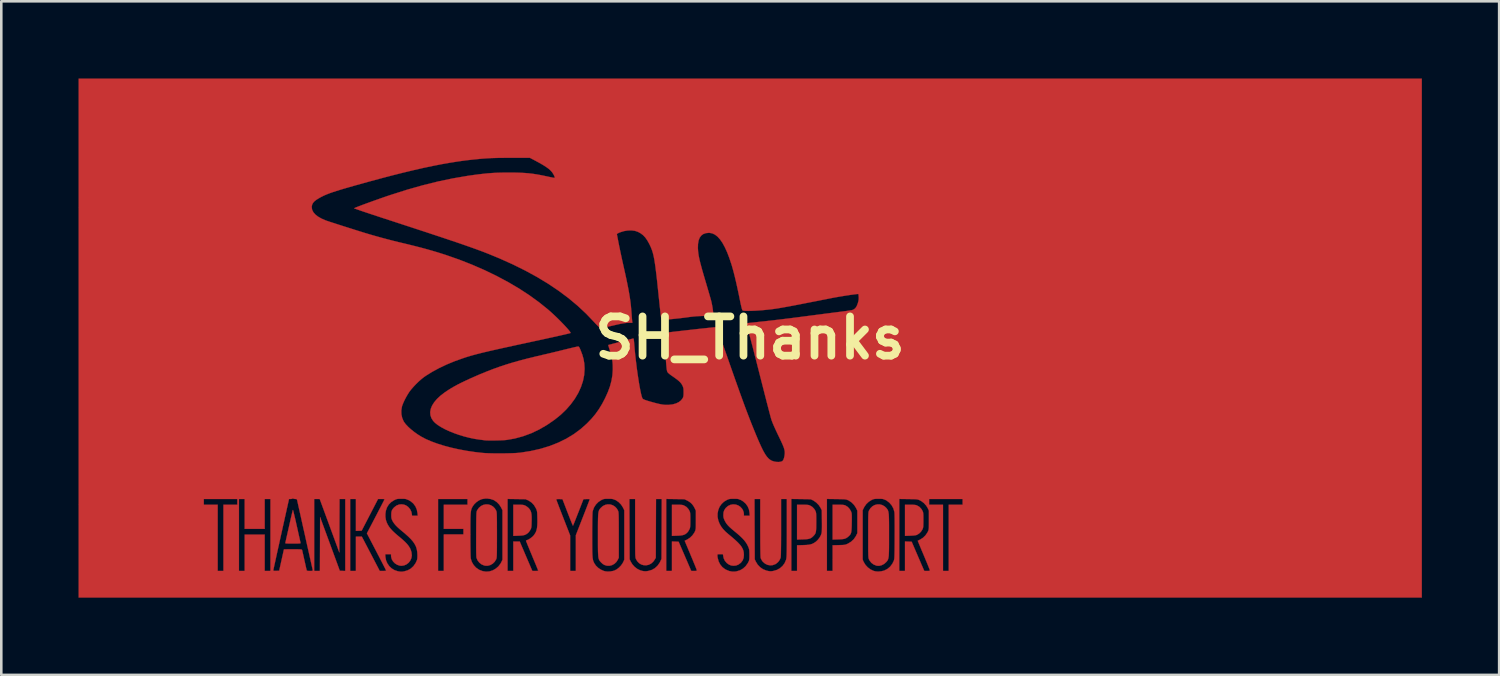
<source format=kicad_pcb>
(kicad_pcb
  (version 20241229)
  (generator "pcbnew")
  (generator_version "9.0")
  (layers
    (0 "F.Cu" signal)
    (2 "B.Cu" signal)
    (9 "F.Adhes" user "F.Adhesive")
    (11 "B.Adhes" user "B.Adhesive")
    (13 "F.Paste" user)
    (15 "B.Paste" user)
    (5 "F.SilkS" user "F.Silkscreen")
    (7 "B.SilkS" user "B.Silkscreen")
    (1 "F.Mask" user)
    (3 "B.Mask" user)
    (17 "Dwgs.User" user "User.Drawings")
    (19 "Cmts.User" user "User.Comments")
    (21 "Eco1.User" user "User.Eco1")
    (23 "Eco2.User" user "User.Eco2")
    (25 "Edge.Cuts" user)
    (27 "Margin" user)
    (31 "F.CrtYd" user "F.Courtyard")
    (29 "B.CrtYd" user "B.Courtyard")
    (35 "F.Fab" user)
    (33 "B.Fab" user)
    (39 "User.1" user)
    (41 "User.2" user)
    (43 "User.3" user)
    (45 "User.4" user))
  (footprint "SH_Thanks"
    (layer "F.Cu")
    (at 26.072 10.07)
    (property "Reference" "SH_Thanks" (at 0 0 0) (layer "F.SilkS") (effects (font (size 1.524 1.524) (thickness 0.3))))
    (attr through_hole)
    (fp_poly (pts (xy 6.219 6.477) (xy 6.312 6.478) (xy 6.379 6.482) (xy 6.429 6.489) (xy 6.467 6.499) (xy 6.485 6.507) (xy 6.582 6.565) (xy 6.655 6.644) (xy 6.69 6.703) (xy 6.705 6.733) (xy 6.715 6.762) (xy 6.723 6.793) (xy 6.727 6.834) (xy 6.73 6.889) (xy 6.731 6.964) (xy 6.731 7.065) (xy 6.731 7.071) (xy 6.731 7.175) (xy 6.729 7.252) (xy 6.727 7.309) (xy 6.722 7.352) (xy 6.715 7.385) (xy 6.704 7.414) (xy 6.694 7.438) (xy 6.639 7.523) (xy 6.564 7.597) (xy 6.478 7.649) (xy 6.426 7.663) (xy 6.344 7.673) (xy 6.231 7.68) (xy 6.219 7.68) (xy 6.017 7.687) (xy 6.017 6.477) (xy 6.219 6.477)) (stroke (width 0.01) (type solid)) (fill yes) (layer "F.Cu"))
    (fp_poly (pts (xy -8.997 6.477) (xy -8.911 6.478) (xy -8.849 6.481) (xy -8.803 6.487) (xy -8.764 6.497) (xy -8.726 6.513) (xy -8.722 6.515) (xy -8.663 6.551) (xy -8.604 6.599) (xy -8.583 6.621) (xy -8.545 6.671) (xy -8.517 6.723) (xy -8.497 6.783) (xy -8.485 6.856) (xy -8.479 6.947) (xy -8.479 7.063) (xy -8.48 7.118) (xy -8.482 7.214) (xy -8.485 7.284) (xy -8.489 7.336) (xy -8.496 7.374) (xy -8.505 7.404) (xy -8.519 7.434) (xy -8.533 7.459) (xy -8.567 7.512) (xy -8.605 7.559) (xy -8.628 7.58) (xy -8.68 7.617) (xy -8.728 7.643) (xy -8.78 7.66) (xy -8.843 7.671) (xy -8.925 7.677) (xy -8.989 7.68) (xy -9.192 7.688) (xy -9.192 6.477) (xy -8.997 6.477)) (stroke (width 0.01) (type solid)) (fill yes) (layer "F.Cu"))
    (fp_poly (pts (xy -2.83 6.477) (xy -2.737 6.478) (xy -2.669 6.482) (xy -2.62 6.489) (xy -2.582 6.499) (xy -2.564 6.507) (xy -2.467 6.565) (xy -2.394 6.644) (xy -2.359 6.703) (xy -2.344 6.733) (xy -2.333 6.762) (xy -2.326 6.793) (xy -2.322 6.834) (xy -2.319 6.889) (xy -2.318 6.964) (xy -2.318 7.065) (xy -2.318 7.071) (xy -2.318 7.175) (xy -2.319 7.252) (xy -2.322 7.309) (xy -2.327 7.351) (xy -2.334 7.384) (xy -2.344 7.413) (xy -2.356 7.437) (xy -2.388 7.494) (xy -2.428 7.548) (xy -2.447 7.568) (xy -2.495 7.608) (xy -2.545 7.637) (xy -2.605 7.657) (xy -2.68 7.67) (xy -2.777 7.678) (xy -2.83 7.68) (xy -3.032 7.687) (xy -3.032 6.477) (xy -2.83 6.477)) (stroke (width 0.01) (type solid)) (fill yes) (layer "F.Cu"))
    (fp_poly (pts (xy 3.425 6.477) (xy 3.52 6.478) (xy 3.59 6.481) (xy 3.641 6.487) (xy 3.68 6.496) (xy 3.707 6.507) (xy 3.795 6.563) (xy 3.869 6.644) (xy 3.917 6.727) (xy 3.929 6.755) (xy 3.938 6.781) (xy 3.945 6.809) (xy 3.949 6.846) (xy 3.951 6.895) (xy 3.952 6.961) (xy 3.952 7.05) (xy 3.95 7.165) (xy 3.95 7.171) (xy 3.948 7.301) (xy 3.944 7.403) (xy 3.938 7.483) (xy 3.929 7.545) (xy 3.915 7.592) (xy 3.895 7.631) (xy 3.868 7.665) (xy 3.833 7.699) (xy 3.816 7.715) (xy 3.769 7.752) (xy 3.724 7.78) (xy 3.673 7.799) (xy 3.61 7.811) (xy 3.528 7.819) (xy 3.425 7.823) (xy 3.207 7.83) (xy 3.207 6.477) (xy 3.425 6.477)) (stroke (width 0.01) (type solid)) (fill yes) (layer "F.Cu"))
    (fp_poly (pts (xy 2.044 6.477) (xy 2.139 6.478) (xy 2.209 6.481) (xy 2.26 6.487) (xy 2.298 6.496) (xy 2.326 6.507) (xy 2.422 6.565) (xy 2.496 6.644) (xy 2.531 6.703) (xy 2.544 6.73) (xy 2.554 6.755) (xy 2.561 6.783) (xy 2.566 6.818) (xy 2.569 6.865) (xy 2.571 6.93) (xy 2.572 7.015) (xy 2.572 7.127) (xy 2.572 7.147) (xy 2.571 7.277) (xy 2.57 7.379) (xy 2.565 7.458) (xy 2.558 7.519) (xy 2.547 7.567) (xy 2.53 7.605) (xy 2.508 7.639) (xy 2.479 7.673) (xy 2.464 7.689) (xy 2.416 7.735) (xy 2.37 7.769) (xy 2.32 7.792) (xy 2.258 7.808) (xy 2.18 7.817) (xy 2.077 7.822) (xy 2.052 7.823) (xy 1.826 7.83) (xy 1.826 6.477) (xy 2.044 6.477)) (stroke (width 0.01) (type solid)) (fill yes) (layer "F.Cu"))
    (fp_poly (pts (xy -17.744 6.692) (xy -17.732 6.732) (xy -17.716 6.797) (xy -17.695 6.883) (xy -17.67 6.988) (xy -17.642 7.108) (xy -17.613 7.24) (xy -17.6 7.299) (xy -17.569 7.436) (xy -17.541 7.565) (xy -17.515 7.681) (xy -17.492 7.782) (xy -17.474 7.863) (xy -17.461 7.921) (xy -17.454 7.953) (xy -17.453 7.957) (xy -17.452 7.967) (xy -17.459 7.974) (xy -17.477 7.979) (xy -17.511 7.982) (xy -17.564 7.984) (xy -17.642 7.985) (xy -17.746 7.985) (xy -17.748 7.985) (xy -17.854 7.985) (xy -17.931 7.984) (xy -17.985 7.982) (xy -18.019 7.979) (xy -18.038 7.974) (xy -18.044 7.967) (xy -18.044 7.958) (xy -18.044 7.957) (xy -18.038 7.936) (xy -18.027 7.887) (xy -18.011 7.815) (xy -17.99 7.721) (xy -17.965 7.611) (xy -17.937 7.487) (xy -17.907 7.353) (xy -17.898 7.31) (xy -17.867 7.175) (xy -17.839 7.049) (xy -17.813 6.936) (xy -17.79 6.839) (xy -17.772 6.763) (xy -17.758 6.709) (xy -17.751 6.682) (xy -17.749 6.68) (xy -17.744 6.692)) (stroke (width 0.01) (type solid)) (fill yes) (layer "F.Cu"))
    (fp_poly (pts (xy -5.427 6.467) (xy -5.331 6.497) (xy -5.245 6.551) (xy -5.171 6.629) (xy -5.126 6.707) (xy -5.119 6.723) (xy -5.114 6.741) (xy -5.11 6.765) (xy -5.106 6.797) (xy -5.103 6.841) (xy -5.101 6.897) (xy -5.099 6.97) (xy -5.098 7.062) (xy -5.097 7.175) (xy -5.097 7.312) (xy -5.096 7.476) (xy -5.096 7.652) (xy -5.096 8.533) (xy -5.133 8.612) (xy -5.191 8.702) (xy -5.267 8.773) (xy -5.358 8.823) (xy -5.456 8.848) (xy -5.556 8.845) (xy -5.577 8.841) (xy -5.653 8.816) (xy -5.718 8.778) (xy -5.781 8.72) (xy -5.79 8.71) (xy -5.814 8.684) (xy -5.835 8.658) (xy -5.852 8.632) (xy -5.866 8.601) (xy -5.878 8.564) (xy -5.887 8.518) (xy -5.893 8.459) (xy -5.898 8.385) (xy -5.902 8.294) (xy -5.904 8.183) (xy -5.905 8.049) (xy -5.905 7.889) (xy -5.905 7.7) (xy -5.905 7.652) (xy -5.905 7.457) (xy -5.905 7.292) (xy -5.904 7.153) (xy -5.902 7.038) (xy -5.899 6.943) (xy -5.895 6.866) (xy -5.889 6.805) (xy -5.881 6.757) (xy -5.871 6.718) (xy -5.858 6.686) (xy -5.842 6.659) (xy -5.824 6.634) (xy -5.802 6.608) (xy -5.8 6.605) (xy -5.717 6.531) (xy -5.625 6.484) (xy -5.526 6.463) (xy -5.427 6.467)) (stroke (width 0.01) (type solid)) (fill yes) (layer "F.Cu"))
    (fp_poly (pts (xy -10.161 6.467) (xy -10.067 6.495) (xy -9.98 6.547) (xy -9.907 6.622) (xy -9.856 6.707) (xy -9.85 6.723) (xy -9.845 6.741) (xy -9.84 6.765) (xy -9.837 6.797) (xy -9.834 6.84) (xy -9.832 6.897) (xy -9.83 6.97) (xy -9.829 7.061) (xy -9.828 7.174) (xy -9.828 7.311) (xy -9.827 7.475) (xy -9.827 7.652) (xy -9.827 7.842) (xy -9.828 8.004) (xy -9.828 8.139) (xy -9.829 8.25) (xy -9.83 8.34) (xy -9.832 8.411) (xy -9.834 8.467) (xy -9.837 8.509) (xy -9.841 8.541) (xy -9.845 8.564) (xy -9.85 8.582) (xy -9.856 8.596) (xy -9.915 8.692) (xy -9.992 8.767) (xy -10.083 8.819) (xy -10.181 8.846) (xy -10.284 8.845) (xy -10.322 8.836) (xy -10.425 8.793) (xy -10.512 8.724) (xy -10.58 8.636) (xy -10.621 8.538) (xy -10.625 8.506) (xy -10.628 8.444) (xy -10.631 8.351) (xy -10.633 8.23) (xy -10.634 8.081) (xy -10.634 7.905) (xy -10.633 7.703) (xy -10.633 7.616) (xy -10.632 7.429) (xy -10.631 7.271) (xy -10.63 7.139) (xy -10.629 7.031) (xy -10.627 6.944) (xy -10.625 6.875) (xy -10.623 6.822) (xy -10.619 6.782) (xy -10.616 6.753) (xy -10.611 6.731) (xy -10.605 6.714) (xy -10.598 6.699) (xy -10.594 6.691) (xy -10.528 6.598) (xy -10.447 6.529) (xy -10.356 6.484) (xy -10.259 6.464) (xy -10.161 6.467)) (stroke (width 0.01) (type solid)) (fill yes) (layer "F.Cu"))
    (fp_poly (pts (xy 5.038 6.465) (xy 5.136 6.491) (xy 5.227 6.543) (xy 5.292 6.605) (xy 5.314 6.632) (xy 5.333 6.657) (xy 5.349 6.684) (xy 5.362 6.715) (xy 5.372 6.753) (xy 5.38 6.8) (xy 5.387 6.86) (xy 5.391 6.935) (xy 5.394 7.028) (xy 5.396 7.142) (xy 5.397 7.279) (xy 5.397 7.441) (xy 5.397 7.633) (xy 5.397 7.652) (xy 5.397 7.847) (xy 5.397 8.014) (xy 5.396 8.154) (xy 5.394 8.27) (xy 5.391 8.366) (xy 5.387 8.443) (xy 5.38 8.505) (xy 5.372 8.554) (xy 5.361 8.593) (xy 5.347 8.625) (xy 5.331 8.653) (xy 5.311 8.678) (xy 5.288 8.704) (xy 5.281 8.711) (xy 5.202 8.779) (xy 5.112 8.826) (xy 5.017 8.85) (xy 4.926 8.847) (xy 4.913 8.844) (xy 4.804 8.801) (xy 4.712 8.734) (xy 4.642 8.645) (xy 4.621 8.604) (xy 4.614 8.588) (xy 4.608 8.57) (xy 4.603 8.549) (xy 4.599 8.521) (xy 4.596 8.484) (xy 4.593 8.435) (xy 4.592 8.371) (xy 4.59 8.291) (xy 4.589 8.19) (xy 4.589 8.067) (xy 4.589 7.919) (xy 4.589 7.743) (xy 4.589 7.652) (xy 4.589 7.461) (xy 4.589 7.3) (xy 4.589 7.165) (xy 4.59 7.053) (xy 4.591 6.963) (xy 4.593 6.892) (xy 4.595 6.837) (xy 4.598 6.794) (xy 4.602 6.763) (xy 4.606 6.739) (xy 4.612 6.721) (xy 4.618 6.707) (xy 4.677 6.611) (xy 4.753 6.539) (xy 4.842 6.489) (xy 4.938 6.465) (xy 5.038 6.465)) (stroke (width 0.01) (type solid)) (fill yes) (layer "F.Cu"))
    (fp_poly (pts (xy -6.656 0.338) (xy -6.638 0.355) (xy -6.617 0.39) (xy -6.59 0.449) (xy -6.584 0.464) (xy -6.513 0.649) (xy -6.464 0.822) (xy -6.435 0.994) (xy -6.424 1.174) (xy -6.424 1.214) (xy -6.44 1.445) (xy -6.487 1.676) (xy -6.564 1.907) (xy -6.668 2.135) (xy -6.8 2.358) (xy -6.958 2.575) (xy -7.14 2.783) (xy -7.347 2.982) (xy -7.576 3.167) (xy -7.578 3.169) (xy -7.881 3.378) (xy -8.187 3.556) (xy -8.498 3.703) (xy -8.814 3.819) (xy -9.137 3.907) (xy -9.446 3.961) (xy -9.506 3.967) (xy -9.59 3.973) (xy -9.69 3.977) (xy -9.801 3.98) (xy -9.914 3.982) (xy -10.026 3.983) (xy -10.128 3.982) (xy -10.214 3.981) (xy -10.279 3.977) (xy -10.303 3.975) (xy -10.336 3.97) (xy -10.391 3.963) (xy -10.458 3.955) (xy -10.485 3.951) (xy -10.686 3.921) (xy -10.891 3.879) (xy -11.096 3.827) (xy -11.297 3.766) (xy -11.491 3.698) (xy -11.674 3.624) (xy -11.844 3.546) (xy -11.995 3.464) (xy -12.126 3.381) (xy -12.231 3.298) (xy -12.303 3.222) (xy -12.372 3.113) (xy -12.41 2.998) (xy -12.418 2.878) (xy -12.396 2.755) (xy -12.345 2.629) (xy -12.265 2.501) (xy -12.157 2.373) (xy -12.021 2.245) (xy -11.857 2.119) (xy -11.84 2.107) (xy -11.725 2.03) (xy -11.61 1.958) (xy -11.49 1.888) (xy -11.361 1.817) (xy -11.218 1.745) (xy -11.058 1.668) (xy -10.875 1.583) (xy -10.732 1.519) (xy -10.471 1.406) (xy -10.218 1.303) (xy -9.969 1.207) (xy -9.719 1.117) (xy -9.464 1.033) (xy -9.199 0.952) (xy -8.92 0.874) (xy -8.622 0.796) (xy -8.302 0.718) (xy -7.977 0.642) (xy -7.896 0.624) (xy -7.791 0.599) (xy -7.667 0.569) (xy -7.533 0.537) (xy -7.393 0.503) (xy -7.255 0.468) (xy -7.218 0.459) (xy -7.094 0.429) (xy -6.98 0.401) (xy -6.878 0.377) (xy -6.792 0.357) (xy -6.727 0.343) (xy -6.687 0.335) (xy -6.676 0.333) (xy -6.656 0.338)) (stroke (width 0.01) (type solid)) (fill yes) (layer "F.Cu"))
    (fp_poly (pts (xy 26.083 10.081) (xy -26.067 10.081) (xy -26.067 6.255) (xy -21.209 6.255) (xy -21.209 6.477) (xy -20.669 6.477) (xy -20.669 9.049) (xy -20.447 9.049) (xy -20.447 6.477) (xy -19.907 6.477) (xy -19.907 6.255) (xy -19.844 6.255) (xy -19.844 9.049) (xy -19.622 9.049) (xy -19.622 7.636) (xy -18.844 7.636) (xy -18.844 9.049) (xy -18.621 9.049) (xy -18.621 9.03) (xy -18.511 9.03) (xy -18.502 9.041) (xy -18.471 9.046) (xy -18.415 9.046) (xy -18.396 9.045) (xy -18.282 9.041) (xy -18.19 8.628) (xy -18.166 8.518) (xy -18.144 8.419) (xy -18.125 8.335) (xy -18.111 8.27) (xy -18.101 8.227) (xy -18.098 8.211) (xy -18.083 8.21) (xy -18.04 8.209) (xy -17.975 8.208) (xy -17.892 8.208) (xy -17.795 8.207) (xy -17.749 8.207) (xy -17.635 8.208) (xy -17.548 8.208) (xy -17.486 8.21) (xy -17.443 8.213) (xy -17.416 8.217) (xy -17.401 8.223) (xy -17.394 8.232) (xy -17.393 8.235) (xy -17.387 8.258) (xy -17.376 8.307) (xy -17.36 8.378) (xy -17.34 8.466) (xy -17.318 8.565) (xy -17.304 8.628) (xy -17.28 8.733) (xy -17.259 8.828) (xy -17.241 8.909) (xy -17.226 8.972) (xy -17.217 9.011) (xy -17.214 9.021) (xy -17.205 9.036) (xy -17.184 9.044) (xy -17.143 9.048) (xy -17.087 9.049) (xy -17.027 9.048) (xy -16.992 9.045) (xy -16.977 9.037) (xy -16.976 9.025) (xy -16.977 9.021) (xy -16.981 9.003) (xy -16.992 8.956) (xy -17.008 8.884) (xy -17.029 8.789) (xy -17.055 8.674) (xy -17.085 8.541) (xy -17.118 8.394) (xy -17.153 8.236) (xy -17.191 8.068) (xy -17.23 7.894) (xy -17.269 7.716) (xy -17.309 7.537) (xy -17.349 7.36) (xy -17.387 7.188) (xy -17.424 7.023) (xy -17.458 6.868) (xy -17.49 6.726) (xy -17.518 6.6) (xy -17.542 6.492) (xy -17.561 6.404) (xy -17.575 6.341) (xy -17.583 6.304) (xy -17.585 6.298) (xy -17.594 6.271) (xy -17.612 6.258) (xy -17.65 6.255) (xy -17.662 6.255) (xy -16.923 6.255) (xy -16.923 9.049) (xy -16.701 9.049) (xy -16.697 8.004) (xy -16.693 6.959) (xy -16.31 8) (xy -15.928 9.041) (xy -15.822 9.046) (xy -15.716 9.05) (xy -15.716 6.255) (xy -15.526 6.255) (xy -15.526 9.049) (xy -15.303 9.049) (xy -15.303 7.715) (xy -15.188 7.716) (xy -15.073 7.716) (xy -14.725 8.382) (xy -14.377 9.049) (xy -14.253 9.049) (xy -14.195 9.047) (xy -14.151 9.043) (xy -14.13 9.037) (xy -14.129 9.036) (xy -14.136 9.019) (xy -14.156 8.978) (xy -14.189 8.913) (xy -14.232 8.829) (xy -14.284 8.727) (xy -14.344 8.611) (xy -14.41 8.483) (xy -14.454 8.398) (xy -14.165 8.398) (xy -14.157 8.507) (xy -14.133 8.637) (xy -14.081 8.757) (xy -14.007 8.864) (xy -13.912 8.952) (xy -13.801 9.019) (xy -13.678 9.06) (xy -13.658 9.064) (xy -13.591 9.074) (xy -13.541 9.078) (xy -13.493 9.075) (xy -13.433 9.065) (xy -13.421 9.063) (xy -13.288 9.023) (xy -13.17 8.956) (xy -13.069 8.863) (xy -12.987 8.747) (xy -12.965 8.702) (xy -12.942 8.652) (xy -12.927 8.61) (xy -12.919 8.567) (xy -12.916 8.512) (xy -12.915 8.437) (xy -12.915 8.43) (xy -12.921 8.313) (xy -12.939 8.206) (xy -12.97 8.105) (xy -13.018 8.009) (xy -13.083 7.912) (xy -13.169 7.811) (xy -13.277 7.705) (xy -13.409 7.587) (xy -13.495 7.516) (xy -13.609 7.421) (xy -13.699 7.338) (xy -13.771 7.264) (xy -13.826 7.195) (xy -13.87 7.127) (xy -13.885 7.098) (xy -13.908 7.048) (xy -13.922 7.002) (xy -13.928 6.95) (xy -13.93 6.878) (xy -13.93 6.874) (xy -13.927 6.786) (xy -13.914 6.718) (xy -13.887 6.662) (xy -13.843 6.607) (xy -13.817 6.579) (xy -13.728 6.51) (xy -13.629 6.471) (xy -13.539 6.461) (xy -13.44 6.472) (xy -13.354 6.506) (xy -13.27 6.567) (xy -13.27 6.568) (xy -13.195 6.655) (xy -13.148 6.755) (xy -13.133 6.827) (xy -13.124 6.906) (xy -12.902 6.906) (xy -12.911 6.805) (xy -12.939 6.664) (xy -12.993 6.539) (xy -13.073 6.431) (xy -13.177 6.343) (xy -13.253 6.299) (xy -13.301 6.276) (xy -13.342 6.261) (xy -13.37 6.255) (xy -12.113 6.255) (xy -12.113 9.049) (xy -11.89 9.049) (xy -11.89 7.636) (xy -11.128 7.636) (xy -11.128 7.613) (xy -10.858 7.613) (xy -10.858 7.646) (xy -10.858 7.87) (xy -10.857 8.064) (xy -10.855 8.227) (xy -10.853 8.361) (xy -10.85 8.463) (xy -10.846 8.535) (xy -10.841 8.575) (xy -10.841 8.576) (xy -10.799 8.704) (xy -10.73 8.82) (xy -10.64 8.919) (xy -10.531 8.995) (xy -10.499 9.012) (xy -10.374 9.058) (xy -10.254 9.076) (xy -10.131 9.068) (xy -10.114 9.065) (xy -10.062 9.049) (xy -9.414 9.049) (xy -9.192 9.049) (xy -9.192 7.906) (xy -8.942 7.906) (xy -8.698 8.477) (xy -8.453 9.048) (xy -8.338 9.048) (xy -8.282 9.047) (xy -8.242 9.044) (xy -8.224 9.04) (xy -8.223 9.039) (xy -8.229 9.023) (xy -8.246 8.98) (xy -8.273 8.915) (xy -8.307 8.83) (xy -8.349 8.729) (xy -8.397 8.614) (xy -8.449 8.49) (xy -8.461 8.459) (xy -8.514 8.333) (xy -8.563 8.215) (xy -8.606 8.11) (xy -8.643 8.02) (xy -8.671 7.949) (xy -8.691 7.901) (xy -8.699 7.877) (xy -8.7 7.876) (xy -8.686 7.862) (xy -8.657 7.851) (xy -8.606 7.83) (xy -8.544 7.793) (xy -8.48 7.746) (xy -8.425 7.698) (xy -8.4 7.67) (xy -8.353 7.604) (xy -8.316 7.538) (xy -8.29 7.465) (xy -8.271 7.382) (xy -8.261 7.283) (xy -8.256 7.163) (xy -8.257 7.017) (xy -8.258 7.006) (xy -8.26 6.905) (xy -8.262 6.829) (xy -8.266 6.772) (xy -8.272 6.73) (xy -8.281 6.695) (xy -8.293 6.662) (xy -8.31 6.624) (xy -8.314 6.617) (xy -8.386 6.494) (xy -8.477 6.396) (xy -8.589 6.321) (xy -8.602 6.314) (xy -8.694 6.269) (xy -7.525 6.269) (xy -7.519 6.286) (xy -7.503 6.331) (xy -7.478 6.398) (xy -7.444 6.487) (xy -7.404 6.593) (xy -7.357 6.713) (xy -7.306 6.845) (xy -7.255 6.976) (xy -6.985 7.668) (xy -6.985 9.049) (xy -6.763 9.049) (xy -6.763 7.666) (xy -6.128 7.666) (xy -6.128 7.862) (xy -6.127 8.028) (xy -6.126 8.169) (xy -6.125 8.286) (xy -6.122 8.382) (xy -6.118 8.461) (xy -6.113 8.526) (xy -6.106 8.578) (xy -6.098 8.622) (xy -6.087 8.659) (xy -6.074 8.692) (xy -6.059 8.726) (xy -6.047 8.75) (xy -5.983 8.844) (xy -5.895 8.929) (xy -5.79 8.999) (xy -5.676 9.049) (xy -5.617 9.064) (xy -5.527 9.073) (xy -5.423 9.068) (xy -5.32 9.049) (xy -5.261 9.031) (xy -5.173 8.985) (xy -5.085 8.916) (xy -5.006 8.833) (xy -4.944 8.743) (xy -4.928 8.712) (xy -4.882 8.612) (xy -4.882 6.691) (xy -4.933 6.586) (xy -5.005 6.473) (xy -5.101 6.375) (xy -5.213 6.3) (xy -5.235 6.289) (xy -5.28 6.27) (xy -5.32 6.258) (xy -5.339 6.255) (xy -4.684 6.255) (xy -4.675 8.596) (xy -4.632 8.688) (xy -4.566 8.796) (xy -4.478 8.892) (xy -4.375 8.97) (xy -4.263 9.025) (xy -4.177 9.049) (xy -4.111 9.059) (xy -4.06 9.062) (xy -4.011 9.058) (xy -3.952 9.049) (xy -3.254 9.049) (xy -3.032 9.049) (xy -3.032 7.904) (xy -2.902 7.909) (xy -2.772 7.914) (xy -2.527 8.481) (xy -2.282 9.049) (xy -2.173 9.049) (xy -2.11 9.047) (xy -2.075 9.04) (xy -2.064 9.029) (xy -2.064 9.028) (xy -2.07 9.009) (xy -2.086 8.964) (xy -2.112 8.898) (xy -2.146 8.814) (xy -2.186 8.717) (xy -2.23 8.61) (xy -2.236 8.596) (xy -2.285 8.479) (xy -2.297 8.45) (xy -1.269 8.45) (xy -1.262 8.504) (xy -1.255 8.546) (xy -1.218 8.681) (xy -1.156 8.801) (xy -1.072 8.902) (xy -0.968 8.981) (xy -0.931 9.001) (xy -0.81 9.051) (xy -0.697 9.074) (xy -0.582 9.073) (xy -0.522 9.064) (xy -0.39 9.024) (xy -0.271 8.956) (xy -0.168 8.862) (xy -0.086 8.746) (xy -0.075 8.725) (xy -0.054 8.684) (xy -0.04 8.65) (xy -0.031 8.615) (xy -0.026 8.571) (xy -0.024 8.512) (xy -0.024 8.428) (xy -0.024 8.422) (xy -0.025 8.334) (xy -0.028 8.27) (xy -0.033 8.221) (xy -0.043 8.18) (xy -0.058 8.138) (xy -0.067 8.115) (xy -0.108 8.029) (xy -0.158 7.947) (xy -0.219 7.866) (xy -0.295 7.782) (xy -0.389 7.691) (xy -0.505 7.59) (xy -0.608 7.505) (xy -0.715 7.416) (xy -0.799 7.34) (xy -0.865 7.271) (xy -0.917 7.206) (xy -0.959 7.14) (xy -0.979 7.102) (xy -1.009 7.035) (xy -1.027 6.981) (xy -1.034 6.924) (xy -1.036 6.88) (xy -1.03 6.782) (xy -1.006 6.702) (xy -0.961 6.628) (xy -0.935 6.596) (xy -0.854 6.526) (xy -0.761 6.482) (xy -0.662 6.463) (xy -0.562 6.47) (xy -0.467 6.5) (xy -0.381 6.555) (xy -0.309 6.632) (xy -0.277 6.685) (xy -0.247 6.766) (xy -0.238 6.834) (xy -0.238 6.906) (xy -0.012 6.906) (xy -0.019 6.79) (xy -0.043 6.656) (xy -0.095 6.535) (xy -0.173 6.429) (xy -0.276 6.341) (xy -0.357 6.293) (xy -0.402 6.273) (xy -0.441 6.259) (xy -0.465 6.255) (xy 0.174 6.255) (xy 0.183 8.596) (xy 0.225 8.687) (xy 0.298 8.806) (xy 0.394 8.906) (xy 0.508 8.984) (xy 0.637 9.035) (xy 0.667 9.043) (xy 0.734 9.056) (xy 0.785 9.062) (xy 0.834 9.06) (xy 0.896 9.051) (xy 0.905 9.049) (xy 1.603 9.049) (xy 1.826 9.049) (xy 2.985 9.049) (xy 3.207 9.049) (xy 3.207 8.052) (xy 3.449 8.046) (xy 3.543 8.043) (xy 3.612 8.04) (xy 3.663 8.035) (xy 3.704 8.027) (xy 3.74 8.015) (xy 3.779 7.998) (xy 3.798 7.99) (xy 3.922 7.915) (xy 4.026 7.82) (xy 4.105 7.706) (xy 4.116 7.686) (xy 4.167 7.581) (xy 4.167 6.707) (xy 4.159 6.691) (xy 4.374 6.691) (xy 4.374 8.612) (xy 4.416 8.704) (xy 4.483 8.814) (xy 4.572 8.91) (xy 4.677 8.989) (xy 4.792 9.044) (xy 4.872 9.065) (xy 4.976 9.073) (xy 5.09 9.063) (xy 5.15 9.049) (xy 5.794 9.049) (xy 6.017 9.049) (xy 6.017 7.904) (xy 6.277 7.914) (xy 6.447 8.311) (xy 6.497 8.427) (xy 6.547 8.543) (xy 6.595 8.654) (xy 6.637 8.752) (xy 6.672 8.833) (xy 6.692 8.878) (xy 6.766 9.049) (xy 6.875 9.049) (xy 6.939 9.047) (xy 6.975 9.04) (xy 6.985 9.029) (xy 6.979 9.009) (xy 6.962 8.965) (xy 6.936 8.899) (xy 6.903 8.816) (xy 6.864 8.721) (xy 6.825 8.628) (xy 6.777 8.512) (xy 6.728 8.395) (xy 6.68 8.283) (xy 6.638 8.182) (xy 6.604 8.1) (xy 6.588 8.062) (xy 6.512 7.877) (xy 6.611 7.828) (xy 6.718 7.759) (xy 6.812 7.667) (xy 6.886 7.56) (xy 6.903 7.528) (xy 6.916 7.498) (xy 6.927 7.472) (xy 6.934 7.443) (xy 6.939 7.408) (xy 6.943 7.361) (xy 6.944 7.298) (xy 6.945 7.214) (xy 6.945 7.104) (xy 6.945 7.072) (xy 6.945 6.707) (xy 6.901 6.61) (xy 6.838 6.508) (xy 6.752 6.414) (xy 6.652 6.338) (xy 6.596 6.307) (xy 6.564 6.293) (xy 6.536 6.282) (xy 6.505 6.274) (xy 6.469 6.268) (xy 6.42 6.264) (xy 6.355 6.261) (xy 6.268 6.26) (xy 6.155 6.258) (xy 6.148 6.258) (xy 5.918 6.255) (xy 6.953 6.255) (xy 6.953 6.477) (xy 7.493 6.477) (xy 7.493 9.049) (xy 7.715 9.049) (xy 7.715 6.477) (xy 8.255 6.477) (xy 8.255 6.255) (xy 6.953 6.255) (xy 5.918 6.255) (xy 5.794 6.253) (xy 5.794 9.049) (xy 5.15 9.049) (xy 5.199 9.037) (xy 5.217 9.031) (xy 5.337 8.969) (xy 5.44 8.882) (xy 5.525 8.77) (xy 5.577 8.666) (xy 5.584 8.647) (xy 5.591 8.627) (xy 5.596 8.605) (xy 5.601 8.577) (xy 5.604 8.541) (xy 5.607 8.494) (xy 5.609 8.433) (xy 5.611 8.355) (xy 5.613 8.258) (xy 5.614 8.139) (xy 5.615 7.996) (xy 5.616 7.825) (xy 5.616 7.71) (xy 5.617 7.494) (xy 5.617 7.303) (xy 5.616 7.137) (xy 5.615 7) (xy 5.613 6.89) (xy 5.61 6.81) (xy 5.606 6.76) (xy 5.604 6.75) (xy 5.565 6.618) (xy 5.498 6.498) (xy 5.408 6.395) (xy 5.299 6.313) (xy 5.259 6.292) (xy 5.215 6.272) (xy 5.176 6.259) (xy 5.134 6.251) (xy 5.078 6.248) (xy 5.001 6.247) (xy 4.993 6.247) (xy 4.912 6.248) (xy 4.854 6.251) (xy 4.809 6.258) (xy 4.769 6.271) (xy 4.727 6.289) (xy 4.613 6.36) (xy 4.514 6.453) (xy 4.436 6.564) (xy 4.425 6.586) (xy 4.374 6.691) (xy 4.159 6.691) (xy 4.116 6.602) (xy 4.043 6.489) (xy 3.948 6.391) (xy 3.836 6.316) (xy 3.813 6.305) (xy 3.784 6.292) (xy 3.756 6.281) (xy 3.727 6.274) (xy 3.69 6.268) (xy 3.641 6.264) (xy 3.576 6.262) (xy 3.49 6.26) (xy 3.377 6.258) (xy 3.354 6.258) (xy 2.985 6.253) (xy 2.985 9.049) (xy 1.826 9.049) (xy 1.826 8.052) (xy 2.068 8.045) (xy 2.187 8.04) (xy 2.281 8.031) (xy 2.358 8.016) (xy 2.423 7.994) (xy 2.484 7.962) (xy 2.547 7.92) (xy 2.555 7.915) (xy 2.627 7.848) (xy 2.693 7.765) (xy 2.746 7.674) (xy 2.778 7.587) (xy 2.778 7.584) (xy 2.785 7.533) (xy 2.79 7.451) (xy 2.792 7.338) (xy 2.792 7.197) (xy 2.791 7.096) (xy 2.786 6.691) (xy 2.74 6.599) (xy 2.67 6.492) (xy 2.577 6.397) (xy 2.472 6.321) (xy 2.449 6.309) (xy 2.357 6.263) (xy 1.98 6.258) (xy 1.603 6.253) (xy 1.603 9.049) (xy 0.905 9.049) (xy 0.913 9.047) (xy 1.045 9.008) (xy 1.164 8.942) (xy 1.264 8.854) (xy 1.343 8.746) (xy 1.397 8.622) (xy 1.404 8.597) (xy 1.409 8.575) (xy 1.413 8.547) (xy 1.417 8.51) (xy 1.42 8.463) (xy 1.422 8.403) (xy 1.424 8.328) (xy 1.426 8.235) (xy 1.427 8.123) (xy 1.428 7.989) (xy 1.428 7.83) (xy 1.429 7.644) (xy 1.429 7.43) (xy 1.429 7.379) (xy 1.429 6.255) (xy 1.206 6.255) (xy 1.206 7.359) (xy 1.206 7.608) (xy 1.205 7.829) (xy 1.204 8.021) (xy 1.202 8.182) (xy 1.2 8.314) (xy 1.198 8.415) (xy 1.194 8.486) (xy 1.191 8.525) (xy 1.19 8.53) (xy 1.152 8.619) (xy 1.091 8.702) (xy 1.012 8.768) (xy 0.985 8.785) (xy 0.885 8.822) (xy 0.781 8.831) (xy 0.679 8.812) (xy 0.584 8.766) (xy 0.502 8.696) (xy 0.481 8.671) (xy 0.448 8.62) (xy 0.421 8.566) (xy 0.413 8.544) (xy 0.41 8.515) (xy 0.407 8.455) (xy 0.404 8.364) (xy 0.402 8.244) (xy 0.4 8.096) (xy 0.398 7.919) (xy 0.398 7.715) (xy 0.397 7.485) (xy 0.397 7.37) (xy 0.397 6.255) (xy 0.174 6.255) (xy -0.465 6.255) (xy -0.484 6.251) (xy -0.538 6.248) (xy -0.614 6.247) (xy -0.627 6.247) (xy -0.708 6.248) (xy -0.766 6.251) (xy -0.811 6.258) (xy -0.852 6.271) (xy -0.898 6.292) (xy -0.899 6.292) (xy -1.015 6.362) (xy -1.11 6.453) (xy -1.184 6.561) (xy -1.234 6.683) (xy -1.259 6.815) (xy -1.259 6.951) (xy -1.232 7.09) (xy -1.183 7.215) (xy -1.122 7.323) (xy -1.047 7.423) (xy -0.953 7.522) (xy -0.834 7.626) (xy -0.828 7.63) (xy -0.685 7.75) (xy -0.566 7.854) (xy -0.469 7.946) (xy -0.392 8.029) (xy -0.333 8.105) (xy -0.291 8.178) (xy -0.262 8.249) (xy -0.245 8.323) (xy -0.239 8.401) (xy -0.238 8.43) (xy -0.249 8.542) (xy -0.284 8.636) (xy -0.344 8.717) (xy -0.368 8.74) (xy -0.452 8.802) (xy -0.54 8.837) (xy -0.635 8.847) (xy -0.73 8.837) (xy -0.814 8.804) (xy -0.897 8.745) (xy -0.906 8.737) (xy -0.976 8.655) (xy -1.022 8.557) (xy -1.04 8.473) (xy -1.051 8.398) (xy -1.161 8.398) (xy -1.216 8.398) (xy -1.25 8.403) (xy -1.266 8.418) (xy -1.269 8.45) (xy -2.297 8.45) (xy -2.333 8.363) (xy -2.379 8.254) (xy -2.419 8.158) (xy -2.452 8.08) (xy -2.473 8.03) (xy -2.537 7.877) (xy -2.437 7.828) (xy -2.331 7.759) (xy -2.237 7.668) (xy -2.162 7.561) (xy -2.146 7.528) (xy -2.132 7.498) (xy -2.122 7.472) (xy -2.115 7.443) (xy -2.109 7.408) (xy -2.106 7.361) (xy -2.104 7.298) (xy -2.104 7.214) (xy -2.103 7.104) (xy -2.103 7.072) (xy -2.103 6.707) (xy -2.153 6.604) (xy -2.189 6.538) (xy -2.235 6.473) (xy -2.272 6.431) (xy -2.325 6.386) (xy -2.391 6.341) (xy -2.445 6.312) (xy -2.548 6.263) (xy -2.901 6.258) (xy -3.254 6.253) (xy -3.254 9.049) (xy -3.952 9.049) (xy -3.947 9.048) (xy -3.944 9.047) (xy -3.811 9.008) (xy -3.693 8.94) (xy -3.592 8.847) (xy -3.51 8.731) (xy -3.487 8.686) (xy -3.437 8.58) (xy -3.432 7.418) (xy -3.428 6.255) (xy -3.65 6.255) (xy -3.659 8.533) (xy -3.694 8.598) (xy -3.76 8.692) (xy -3.84 8.762) (xy -3.931 8.808) (xy -4.027 8.829) (xy -4.124 8.826) (xy -4.218 8.8) (xy -4.304 8.749) (xy -4.377 8.674) (xy -4.428 8.588) (xy -4.434 8.574) (xy -4.439 8.558) (xy -4.444 8.539) (xy -4.448 8.515) (xy -4.451 8.482) (xy -4.454 8.439) (xy -4.456 8.383) (xy -4.457 8.312) (xy -4.458 8.224) (xy -4.459 8.116) (xy -4.46 7.986) (xy -4.46 7.832) (xy -4.46 7.652) (xy -4.461 7.443) (xy -4.461 7.386) (xy -4.461 6.255) (xy -4.684 6.255) (xy -5.339 6.255) (xy -5.365 6.251) (xy -5.425 6.247) (xy -5.501 6.247) (xy -5.58 6.247) (xy -5.636 6.25) (xy -5.679 6.257) (xy -5.717 6.27) (xy -5.759 6.289) (xy -5.77 6.294) (xy -5.887 6.37) (xy -5.984 6.469) (xy -6.058 6.584) (xy -6.105 6.713) (xy -6.112 6.745) (xy -6.115 6.78) (xy -6.118 6.845) (xy -6.121 6.936) (xy -6.124 7.051) (xy -6.125 7.188) (xy -6.127 7.345) (xy -6.128 7.519) (xy -6.128 7.666) (xy -6.763 7.666) (xy -6.763 7.66) (xy -6.493 6.968) (xy -6.438 6.828) (xy -6.387 6.697) (xy -6.341 6.577) (xy -6.301 6.473) (xy -6.268 6.387) (xy -6.243 6.321) (xy -6.228 6.28) (xy -6.223 6.265) (xy -6.238 6.26) (xy -6.276 6.257) (xy -6.331 6.258) (xy -6.346 6.258) (xy -6.468 6.263) (xy -6.667 6.774) (xy -6.714 6.894) (xy -6.757 7.004) (xy -6.796 7.102) (xy -6.828 7.183) (xy -6.853 7.244) (xy -6.869 7.281) (xy -6.874 7.293) (xy -6.882 7.28) (xy -6.899 7.241) (xy -6.925 7.18) (xy -6.958 7.098) (xy -6.997 7) (xy -7.041 6.888) (xy -7.082 6.782) (xy -7.282 6.263) (xy -7.403 6.258) (xy -7.465 6.258) (xy -7.508 6.261) (xy -7.525 6.268) (xy -7.525 6.269) (xy -8.694 6.269) (xy -8.707 6.263) (xy -9.414 6.253) (xy -9.414 9.049) (xy -10.062 9.049) (xy -9.989 9.026) (xy -9.872 8.959) (xy -9.769 8.87) (xy -9.687 8.762) (xy -9.655 8.704) (xy -9.612 8.612) (xy -9.612 6.691) (xy -9.664 6.586) (xy -9.736 6.473) (xy -9.831 6.376) (xy -9.943 6.301) (xy -9.966 6.29) (xy -10.064 6.257) (xy -10.177 6.241) (xy -10.295 6.241) (xy -10.403 6.258) (xy -10.425 6.264) (xy -10.523 6.308) (xy -10.62 6.374) (xy -10.704 6.454) (xy -10.757 6.525) (xy -10.778 6.56) (xy -10.796 6.593) (xy -10.811 6.627) (xy -10.823 6.664) (xy -10.833 6.708) (xy -10.841 6.76) (xy -10.847 6.825) (xy -10.852 6.903) (xy -10.855 6.999) (xy -10.857 7.116) (xy -10.858 7.255) (xy -10.858 7.42) (xy -10.858 7.613) (xy -11.128 7.613) (xy -11.128 7.414) (xy -11.89 7.414) (xy -11.89 6.477) (xy -10.97 6.477) (xy -10.97 6.255) (xy -12.113 6.255) (xy -13.37 6.255) (xy -13.383 6.252) (xy -13.433 6.248) (xy -13.504 6.247) (xy -13.534 6.247) (xy -13.612 6.247) (xy -13.669 6.25) (xy -13.712 6.257) (xy -13.751 6.27) (xy -13.796 6.29) (xy -13.815 6.299) (xy -13.932 6.374) (xy -14.027 6.469) (xy -14.097 6.584) (xy -14.141 6.715) (xy -14.157 6.828) (xy -14.157 6.953) (xy -14.14 7.064) (xy -14.104 7.171) (xy -14.07 7.242) (xy -14.021 7.324) (xy -13.958 7.406) (xy -13.879 7.493) (xy -13.778 7.588) (xy -13.654 7.694) (xy -13.637 7.708) (xy -13.505 7.819) (xy -13.398 7.917) (xy -13.314 8.005) (xy -13.249 8.088) (xy -13.2 8.169) (xy -13.166 8.25) (xy -13.143 8.336) (xy -13.143 8.337) (xy -13.132 8.448) (xy -13.149 8.55) (xy -13.193 8.649) (xy -13.256 8.73) (xy -13.338 8.793) (xy -13.432 8.834) (xy -13.531 8.849) (xy -13.597 8.844) (xy -13.699 8.81) (xy -13.788 8.754) (xy -13.86 8.68) (xy -13.911 8.593) (xy -13.936 8.497) (xy -13.938 8.465) (xy -13.938 8.398) (xy -14.165 8.398) (xy -14.454 8.398) (xy -14.482 8.345) (xy -14.502 8.306) (xy -14.876 7.589) (xy -14.543 6.95) (xy -14.474 6.818) (xy -14.41 6.693) (xy -14.351 6.58) (xy -14.3 6.481) (xy -14.257 6.398) (xy -14.226 6.336) (xy -14.206 6.296) (xy -14.199 6.283) (xy -14.197 6.269) (xy -14.207 6.26) (xy -14.235 6.256) (xy -14.287 6.255) (xy -14.316 6.255) (xy -14.443 6.255) (xy -15.079 7.485) (xy -15.191 7.49) (xy -15.303 7.494) (xy -15.303 6.255) (xy -15.526 6.255) (xy -15.716 6.255) (xy -15.938 6.255) (xy -15.946 8.332) (xy -16.708 6.255) (xy -16.923 6.255) (xy -17.662 6.255) (xy -17.707 6.25) (xy -17.736 6.239) (xy -17.739 6.235) (xy -17.749 6.223) (xy -17.758 6.235) (xy -17.778 6.248) (xy -17.819 6.254) (xy -17.833 6.255) (xy -17.9 6.255) (xy -18.206 7.632) (xy -18.251 7.836) (xy -18.294 8.032) (xy -18.335 8.216) (xy -18.373 8.388) (xy -18.407 8.544) (xy -18.437 8.682) (xy -18.463 8.8) (xy -18.484 8.896) (xy -18.499 8.968) (xy -18.508 9.013) (xy -18.511 9.03) (xy -18.621 9.03) (xy -18.621 6.255) (xy -18.844 6.255) (xy -18.844 7.414) (xy -19.622 7.414) (xy -19.622 6.255) (xy -19.844 6.255) (xy -19.907 6.255) (xy -21.209 6.255) (xy -26.067 6.255) (xy -26.067 -5.068) (xy -17.018 -5.068) (xy -17.002 -4.973) (xy -16.956 -4.881) (xy -16.88 -4.793) (xy -16.776 -4.711) (xy -16.644 -4.635) (xy -16.486 -4.566) (xy -16.423 -4.543) (xy -16.365 -4.524) (xy -16.281 -4.496) (xy -16.175 -4.462) (xy -16.052 -4.422) (xy -15.916 -4.379) (xy -15.771 -4.332) (xy -15.622 -4.285) (xy -15.473 -4.238) (xy -15.328 -4.192) (xy -15.192 -4.149) (xy -15.069 -4.111) (xy -14.963 -4.078) (xy -14.916 -4.064) (xy -14.722 -4.006) (xy -14.508 -3.945) (xy -14.284 -3.883) (xy -14.058 -3.823) (xy -13.842 -3.767) (xy -13.644 -3.718) (xy -13.597 -3.707) (xy -13.303 -3.637) (xy -13.036 -3.571) (xy -12.79 -3.508) (xy -12.56 -3.446) (xy -12.342 -3.384) (xy -12.13 -3.321) (xy -11.92 -3.255) (xy -11.811 -3.22) (xy -11.296 -3.04) (xy -10.796 -2.844) (xy -10.311 -2.633) (xy -9.845 -2.408) (xy -9.398 -2.17) (xy -8.974 -1.921) (xy -8.574 -1.66) (xy -8.201 -1.39) (xy -7.855 -1.112) (xy -7.747 -1.018) (xy -7.653 -0.932) (xy -7.556 -0.841) (xy -7.458 -0.747) (xy -7.363 -0.652) (xy -7.273 -0.559) (xy -7.189 -0.471) (xy -7.115 -0.39) (xy -7.053 -0.32) (xy -7.006 -0.262) (xy -6.976 -0.22) (xy -6.966 -0.196) (xy -6.967 -0.192) (xy -6.988 -0.184) (xy -7.035 -0.172) (xy -7.108 -0.154) (xy -7.209 -0.13) (xy -7.338 -0.101) (xy -7.496 -0.065) (xy -7.682 -0.024) (xy -7.897 0.023) (xy -8.142 0.077) (xy -8.418 0.136) (xy -8.67 0.191) (xy -8.968 0.255) (xy -9.238 0.314) (xy -9.48 0.367) (xy -9.698 0.415) (xy -9.893 0.459) (xy -10.068 0.498) (xy -10.224 0.535) (xy -10.365 0.568) (xy -10.491 0.6) (xy -10.606 0.629) (xy -10.711 0.657) (xy -10.809 0.684) (xy -10.901 0.711) (xy -10.99 0.738) (xy -11.077 0.766) (xy -11.136 0.786) (xy -11.462 0.902) (xy -11.773 1.03) (xy -12.067 1.169) (xy -12.34 1.317) (xy -12.586 1.47) (xy -12.66 1.521) (xy -12.755 1.596) (xy -12.86 1.688) (xy -12.967 1.792) (xy -13.069 1.9) (xy -13.16 2.005) (xy -13.232 2.099) (xy -13.236 2.106) (xy -13.3 2.207) (xy -13.363 2.318) (xy -13.421 2.431) (xy -13.469 2.538) (xy -13.505 2.632) (xy -13.517 2.674) (xy -13.54 2.819) (xy -13.536 2.965) (xy -13.506 3.106) (xy -13.452 3.234) (xy -13.432 3.267) (xy -13.366 3.355) (xy -13.276 3.45) (xy -13.166 3.55) (xy -13.042 3.649) (xy -12.908 3.745) (xy -12.771 3.831) (xy -12.588 3.928) (xy -12.375 4.02) (xy -12.138 4.107) (xy -11.879 4.188) (xy -11.601 4.262) (xy -11.308 4.327) (xy -11.003 4.384) (xy -10.689 4.431) (xy -10.406 4.464) (xy -10.303 4.472) (xy -10.176 4.478) (xy -10.031 4.482) (xy -9.873 4.485) (xy -9.709 4.485) (xy -9.544 4.484) (xy -9.383 4.481) (xy -9.232 4.477) (xy -9.097 4.471) (xy -8.984 4.463) (xy -8.914 4.456) (xy -8.512 4.392) (xy -8.133 4.306) (xy -7.777 4.197) (xy -7.442 4.065) (xy -7.129 3.911) (xy -6.838 3.734) (xy -6.569 3.534) (xy -6.336 3.327) (xy -6.16 3.145) (xy -6.006 2.962) (xy -5.869 2.77) (xy -5.742 2.561) (xy -5.627 2.342) (xy -5.52 2.105) (xy -5.438 1.882) (xy -5.38 1.666) (xy -5.344 1.453) (xy -5.329 1.237) (xy -5.329 1.191) (xy -5.331 1.052) (xy -5.34 0.929) (xy -5.357 0.812) (xy -5.384 0.691) (xy -5.422 0.556) (xy -5.439 0.501) (xy -5.463 0.423) (xy -5.483 0.357) (xy -5.497 0.307) (xy -5.504 0.28) (xy -5.505 0.277) (xy -5.489 0.272) (xy -5.446 0.26) (xy -5.38 0.243) (xy -5.295 0.22) (xy -5.194 0.194) (xy -5.081 0.164) (xy -5.032 0.152) (xy -4.914 0.121) (xy -4.806 0.093) (xy -4.71 0.068) (xy -4.632 0.048) (xy -4.575 0.033) (xy -4.544 0.024) (xy -4.539 0.023) (xy -4.529 0.024) (xy -4.521 0.036) (xy -4.514 0.064) (xy -4.508 0.111) (xy -4.501 0.182) (xy -4.494 0.266) (xy -4.478 0.45) (xy -4.46 0.641) (xy -4.438 0.835) (xy -4.415 1.029) (xy -4.391 1.22) (xy -4.365 1.406) (xy -4.338 1.584) (xy -4.312 1.75) (xy -4.285 1.903) (xy -4.259 2.039) (xy -4.235 2.155) (xy -4.212 2.248) (xy -4.191 2.316) (xy -4.172 2.356) (xy -4.169 2.359) (xy -4.148 2.377) (xy -4.112 2.395) (xy -4.057 2.416) (xy -3.979 2.442) (xy -3.875 2.473) (xy -3.864 2.476) (xy -3.713 2.518) (xy -3.587 2.551) (xy -3.48 2.574) (xy -3.388 2.59) (xy -3.303 2.599) (xy -3.222 2.601) (xy -3.151 2.599) (xy -3.007 2.582) (xy -2.879 2.547) (xy -2.768 2.495) (xy -2.681 2.428) (xy -2.62 2.349) (xy -2.601 2.313) (xy -2.59 2.278) (xy -2.583 2.236) (xy -2.58 2.177) (xy -2.58 2.111) (xy -2.581 2.032) (xy -2.584 1.975) (xy -2.593 1.93) (xy -2.607 1.888) (xy -2.623 1.853) (xy -2.655 1.794) (xy -2.699 1.737) (xy -2.757 1.679) (xy -2.833 1.616) (xy -2.931 1.544) (xy -3 1.496) (xy -3.086 1.436) (xy -3.147 1.388) (xy -3.187 1.35) (xy -3.21 1.318) (xy -3.21 1.317) (xy -3.221 1.287) (xy -3.23 1.239) (xy -3.24 1.17) (xy -3.249 1.077) (xy -3.259 0.957) (xy -3.262 0.913) (xy -3.277 0.716) (xy -3.293 0.542) (xy -3.311 0.379) (xy -3.333 0.217) (xy -3.358 0.048) (xy -3.365 0.009) (xy -3.376 -0.065) (xy -3.386 -0.125) (xy -3.391 -0.167) (xy -3.393 -0.184) (xy -3.393 -0.184) (xy -3.375 -0.188) (xy -3.329 -0.194) (xy -3.259 -0.203) (xy -3.166 -0.215) (xy -3.055 -0.228) (xy -2.928 -0.243) (xy -2.789 -0.259) (xy -2.64 -0.276) (xy -2.486 -0.294) (xy -2.329 -0.311) (xy -2.172 -0.329) (xy -2.019 -0.346) (xy -1.872 -0.362) (xy -1.736 -0.376) (xy -1.612 -0.389) (xy -1.505 -0.4) (xy -1.417 -0.409) (xy -1.352 -0.415) (xy -1.313 -0.418) (xy -1.302 -0.418) (xy -1.296 -0.407) (xy -1.285 -0.382) (xy -1.27 -0.341) (xy -1.248 -0.284) (xy -1.22 -0.209) (xy -1.186 -0.114) (xy -1.144 0.003) (xy -1.095 0.142) (xy -1.037 0.305) (xy -0.971 0.493) (xy -0.895 0.708) (xy -0.81 0.952) (xy -0.799 0.984) (xy -0.689 1.297) (xy -0.589 1.582) (xy -0.496 1.842) (xy -0.412 2.079) (xy -0.333 2.297) (xy -0.26 2.498) (xy -0.192 2.683) (xy -0.127 2.857) (xy -0.064 3.021) (xy -0.004 3.177) (xy 0.056 3.33) (xy 0.117 3.48) (xy 0.178 3.631) (xy 0.209 3.707) (xy 0.294 3.91) (xy 0.371 4.086) (xy 0.439 4.235) (xy 0.501 4.362) (xy 0.559 4.467) (xy 0.613 4.554) (xy 0.665 4.624) (xy 0.716 4.68) (xy 0.767 4.723) (xy 0.821 4.757) (xy 0.857 4.774) (xy 0.937 4.8) (xy 1.024 4.815) (xy 1.109 4.818) (xy 1.185 4.81) (xy 1.244 4.79) (xy 1.264 4.776) (xy 1.293 4.734) (xy 1.318 4.669) (xy 1.337 4.589) (xy 1.348 4.504) (xy 1.349 4.463) (xy 1.348 4.418) (xy 1.342 4.373) (xy 1.331 4.324) (xy 1.314 4.267) (xy 1.289 4.2) (xy 1.254 4.118) (xy 1.209 4.018) (xy 1.152 3.898) (xy 1.082 3.753) (xy 1.079 3.747) (xy 0.997 3.573) (xy 0.929 3.423) (xy 0.876 3.298) (xy 0.838 3.198) (xy 0.826 3.159) (xy 0.812 3.113) (xy 0.792 3.039) (xy 0.766 2.941) (xy 0.735 2.823) (xy 0.7 2.687) (xy 0.661 2.538) (xy 0.62 2.378) (xy 0.577 2.211) (xy 0.546 2.088) (xy 0.462 1.759) (xy 0.386 1.46) (xy 0.317 1.189) (xy 0.255 0.944) (xy 0.198 0.725) (xy 0.148 0.529) (xy 0.104 0.356) (xy 0.064 0.205) (xy 0.03 0.073) (xy -0.000223 -0.041) (xy -0.026 -0.138) (xy -0.048 -0.219) (xy -0.067 -0.286) (xy -0.082 -0.34) (xy -0.095 -0.383) (xy -0.106 -0.415) (xy -0.112 -0.433) (xy -0.132 -0.491) (xy -0.147 -0.537) (xy -0.154 -0.562) (xy -0.154 -0.566) (xy -0.138 -0.568) (xy -0.094 -0.574) (xy -0.025 -0.582) (xy 0.064 -0.592) (xy 0.17 -0.603) (xy 0.289 -0.616) (xy 0.39 -0.627) (xy 0.571 -0.646) (xy 0.75 -0.666) (xy 0.932 -0.687) (xy 1.12 -0.709) (xy 1.318 -0.733) (xy 1.53 -0.759) (xy 1.76 -0.788) (xy 2.012 -0.821) (xy 2.29 -0.857) (xy 2.413 -0.873) (xy 2.572 -0.894) (xy 2.744 -0.916) (xy 2.92 -0.939) (xy 3.093 -0.961) (xy 3.254 -0.982) (xy 3.396 -1) (xy 3.459 -1.008) (xy 3.578 -1.023) (xy 3.691 -1.038) (xy 3.791 -1.052) (xy 3.874 -1.065) (xy 3.936 -1.075) (xy 3.972 -1.082) (xy 3.974 -1.083) (xy 4.044 -1.115) (xy 4.101 -1.168) (xy 4.147 -1.244) (xy 4.184 -1.341) (xy 4.207 -1.423) (xy 4.219 -1.491) (xy 4.221 -1.557) (xy 4.22 -1.586) (xy 4.216 -1.642) (xy 4.211 -1.684) (xy 4.207 -1.704) (xy 4.206 -1.704) (xy 4.187 -1.705) (xy 4.141 -1.701) (xy 4.072 -1.693) (xy 3.984 -1.681) (xy 3.881 -1.667) (xy 3.767 -1.65) (xy 3.647 -1.631) (xy 3.525 -1.611) (xy 3.404 -1.59) (xy 3.289 -1.57) (xy 3.184 -1.55) (xy 3.175 -1.548) (xy 3.072 -1.528) (xy 2.943 -1.502) (xy 2.797 -1.474) (xy 2.638 -1.442) (xy 2.474 -1.41) (xy 2.311 -1.378) (xy 2.167 -1.35) (xy 1.924 -1.302) (xy 1.71 -1.261) (xy 1.52 -1.225) (xy 1.353 -1.195) (xy 1.206 -1.169) (xy 1.075 -1.147) (xy 0.957 -1.129) (xy 0.851 -1.115) (xy 0.762 -1.104) (xy 0.608 -1.088) (xy 0.456 -1.074) (xy 0.308 -1.063) (xy 0.168 -1.055) (xy 0.041 -1.05) (xy -0.071 -1.048) (xy -0.164 -1.05) (xy -0.235 -1.054) (xy -0.279 -1.062) (xy -0.29 -1.068) (xy -0.302 -1.089) (xy -0.318 -1.137) (xy -0.337 -1.212) (xy -0.361 -1.317) (xy -0.389 -1.452) (xy -0.389 -1.453) (xy -0.445 -1.728) (xy -0.498 -1.974) (xy -0.547 -2.194) (xy -0.594 -2.39) (xy -0.638 -2.564) (xy -0.681 -2.72) (xy -0.714 -2.834) (xy -0.8 -3.093) (xy -0.887 -3.322) (xy -0.977 -3.519) (xy -1.068 -3.687) (xy -1.163 -3.824) (xy -1.26 -3.931) (xy -1.36 -4.009) (xy -1.464 -4.058) (xy -1.572 -4.079) (xy -1.597 -4.08) (xy -1.716 -4.068) (xy -1.816 -4.032) (xy -1.895 -3.973) (xy -1.956 -3.888) (xy -1.998 -3.779) (xy -2.02 -3.645) (xy -2.024 -3.485) (xy -2.016 -3.358) (xy -2.008 -3.286) (xy -1.996 -3.208) (xy -1.98 -3.124) (xy -1.96 -3.029) (xy -1.933 -2.92) (xy -1.9 -2.795) (xy -1.861 -2.65) (xy -1.813 -2.483) (xy -1.756 -2.29) (xy -1.723 -2.179) (xy -1.684 -2.046) (xy -1.645 -1.914) (xy -1.608 -1.787) (xy -1.574 -1.671) (xy -1.546 -1.572) (xy -1.524 -1.496) (xy -1.517 -1.471) (xy -1.496 -1.387) (xy -1.477 -1.293) (xy -1.459 -1.196) (xy -1.445 -1.103) (xy -1.435 -1.018) (xy -1.429 -0.949) (xy -1.43 -0.901) (xy -1.433 -0.886) (xy -1.44 -0.877) (xy -1.457 -0.871) (xy -1.488 -0.865) (xy -1.536 -0.861) (xy -1.606 -0.858) (xy -1.7 -0.855) (xy -1.781 -0.853) (xy -1.935 -0.848) (xy -2.074 -0.841) (xy -2.208 -0.829) (xy -2.353 -0.812) (xy -2.469 -0.796) (xy -2.56 -0.784) (xy -2.665 -0.771) (xy -2.777 -0.758) (xy -2.893 -0.746) (xy -3.008 -0.734) (xy -3.118 -0.723) (xy -3.219 -0.714) (xy -3.306 -0.707) (xy -3.374 -0.703) (xy -3.42 -0.701) (xy -3.439 -0.703) (xy -3.439 -0.703) (xy -3.443 -0.722) (xy -3.451 -0.771) (xy -3.461 -0.849) (xy -3.474 -0.954) (xy -3.489 -1.086) (xy -3.506 -1.243) (xy -3.525 -1.424) (xy -3.547 -1.627) (xy -3.556 -1.722) (xy -3.584 -1.983) (xy -3.608 -2.215) (xy -3.631 -2.42) (xy -3.653 -2.6) (xy -3.673 -2.759) (xy -3.693 -2.897) (xy -3.712 -3.019) (xy -3.732 -3.125) (xy -3.752 -3.219) (xy -3.774 -3.303) (xy -3.797 -3.379) (xy -3.823 -3.45) (xy -3.85 -3.518) (xy -3.881 -3.585) (xy -3.911 -3.648) (xy -3.988 -3.786) (xy -4.066 -3.898) (xy -4.15 -3.987) (xy -4.246 -4.06) (xy -4.348 -4.116) (xy -4.467 -4.157) (xy -4.602 -4.175) (xy -4.748 -4.171) (xy -4.898 -4.146) (xy -5.047 -4.099) (xy -5.083 -4.084) (xy -5.134 -4.06) (xy -5.161 -4.041) (xy -5.169 -4.023) (xy -5.168 -4.01) (xy -5.162 -3.985) (xy -5.152 -3.934) (xy -5.138 -3.862) (xy -5.121 -3.774) (xy -5.102 -3.676) (xy -5.097 -3.651) (xy -5.078 -3.555) (xy -5.053 -3.434) (xy -5.024 -3.296) (xy -4.992 -3.147) (xy -4.959 -2.993) (xy -4.925 -2.842) (xy -4.907 -2.762) (xy -4.85 -2.506) (xy -4.8 -2.276) (xy -4.758 -2.07) (xy -4.721 -1.884) (xy -4.691 -1.713) (xy -4.665 -1.555) (xy -4.644 -1.406) (xy -4.627 -1.262) (xy -4.614 -1.119) (xy -4.604 -1) (xy -4.597 -0.909) (xy -4.591 -0.82) (xy -4.585 -0.744) (xy -4.58 -0.688) (xy -4.579 -0.679) (xy -4.57 -0.587) (xy -4.688 -0.587) (xy -4.776 -0.584) (xy -4.875 -0.573) (xy -4.991 -0.554) (xy -5.127 -0.526) (xy -5.288 -0.488) (xy -5.296 -0.486) (xy -5.423 -0.457) (xy -5.541 -0.433) (xy -5.646 -0.415) (xy -5.733 -0.404) (xy -5.798 -0.4) (xy -5.833 -0.403) (xy -5.856 -0.418) (xy -5.896 -0.453) (xy -5.948 -0.504) (xy -6.009 -0.567) (xy -6.053 -0.615) (xy -6.36 -0.937) (xy -6.691 -1.246) (xy -7.046 -1.543) (xy -7.426 -1.827) (xy -7.831 -2.1) (xy -8.264 -2.362) (xy -8.723 -2.613) (xy -9.211 -2.855) (xy -9.728 -3.087) (xy -10.152 -3.262) (xy -10.247 -3.299) (xy -10.346 -3.338) (xy -10.449 -3.377) (xy -10.559 -3.417) (xy -10.676 -3.46) (xy -10.802 -3.505) (xy -10.938 -3.553) (xy -11.086 -3.605) (xy -11.247 -3.661) (xy -11.423 -3.721) (xy -11.615 -3.785) (xy -11.825 -3.856) (xy -12.053 -3.932) (xy -12.302 -4.014) (xy -12.572 -4.104) (xy -12.866 -4.2) (xy -13.185 -4.305) (xy -13.529 -4.417) (xy -13.901 -4.539) (xy -14.276 -4.661) (xy -14.455 -4.72) (xy -14.626 -4.776) (xy -14.784 -4.829) (xy -14.929 -4.877) (xy -15.057 -4.92) (xy -15.166 -4.958) (xy -15.255 -4.989) (xy -15.32 -5.012) (xy -15.36 -5.027) (xy -15.371 -5.033) (xy -15.349 -5.045) (xy -15.301 -5.066) (xy -15.228 -5.095) (xy -15.136 -5.13) (xy -15.026 -5.172) (xy -14.903 -5.217) (xy -14.769 -5.266) (xy -14.628 -5.317) (xy -14.483 -5.368) (xy -14.337 -5.42) (xy -14.194 -5.47) (xy -14.056 -5.517) (xy -13.938 -5.556) (xy -13.314 -5.754) (xy -12.706 -5.926) (xy -12.114 -6.073) (xy -11.535 -6.194) (xy -10.97 -6.291) (xy -10.732 -6.325) (xy -10.525 -6.352) (xy -10.342 -6.373) (xy -10.174 -6.39) (xy -10.015 -6.402) (xy -9.857 -6.411) (xy -9.692 -6.416) (xy -9.512 -6.419) (xy -9.35 -6.419) (xy -9.132 -6.418) (xy -8.938 -6.413) (xy -8.762 -6.404) (xy -8.597 -6.391) (xy -8.435 -6.372) (xy -8.271 -6.347) (xy -8.097 -6.315) (xy -7.905 -6.275) (xy -7.837 -6.26) (xy -7.752 -6.242) (xy -7.678 -6.227) (xy -7.621 -6.217) (xy -7.585 -6.213) (xy -7.577 -6.213) (xy -7.579 -6.231) (xy -7.593 -6.269) (xy -7.615 -6.319) (xy -7.618 -6.324) (xy -7.655 -6.39) (xy -7.7 -6.452) (xy -7.756 -6.512) (xy -7.827 -6.573) (xy -7.915 -6.636) (xy -8.022 -6.705) (xy -8.152 -6.781) (xy -8.308 -6.866) (xy -8.36 -6.894) (xy -8.549 -6.993) (xy -9.279 -6.992) (xy -9.478 -6.992) (xy -9.651 -6.991) (xy -9.802 -6.989) (xy -9.939 -6.985) (xy -10.065 -6.981) (xy -10.186 -6.974) (xy -10.307 -6.966) (xy -10.435 -6.956) (xy -10.574 -6.943) (xy -10.724 -6.928) (xy -11.014 -6.896) (xy -11.316 -6.855) (xy -11.632 -6.805) (xy -11.963 -6.747) (xy -12.31 -6.679) (xy -12.677 -6.602) (xy -13.063 -6.514) (xy -13.471 -6.416) (xy -13.903 -6.307) (xy -14.36 -6.187) (xy -14.843 -6.056) (xy -15.13 -5.976) (xy -15.367 -5.91) (xy -15.576 -5.85) (xy -15.76 -5.797) (xy -15.92 -5.749) (xy -16.06 -5.705) (xy -16.182 -5.666) (xy -16.289 -5.629) (xy -16.383 -5.594) (xy -16.466 -5.56) (xy -16.542 -5.527) (xy -16.613 -5.492) (xy -16.681 -5.457) (xy -16.716 -5.437) (xy -16.826 -5.371) (xy -16.907 -5.309) (xy -16.964 -5.247) (xy -16.999 -5.183) (xy -17.016 -5.112) (xy -17.018 -5.068) (xy -26.067 -5.068) (xy -26.067 -10.065) (xy 26.083 -10.065) (xy 26.083 10.081)) (stroke (width 0.01) (type solid)) (fill yes) (layer "F.Cu")))
  (gr_rect
    (start -3 -3)
    (end 55.159 23.155)
    (stroke (width 0.1) (type default))
    (fill no)
    (layer "Edge.Cuts")))
</source>
